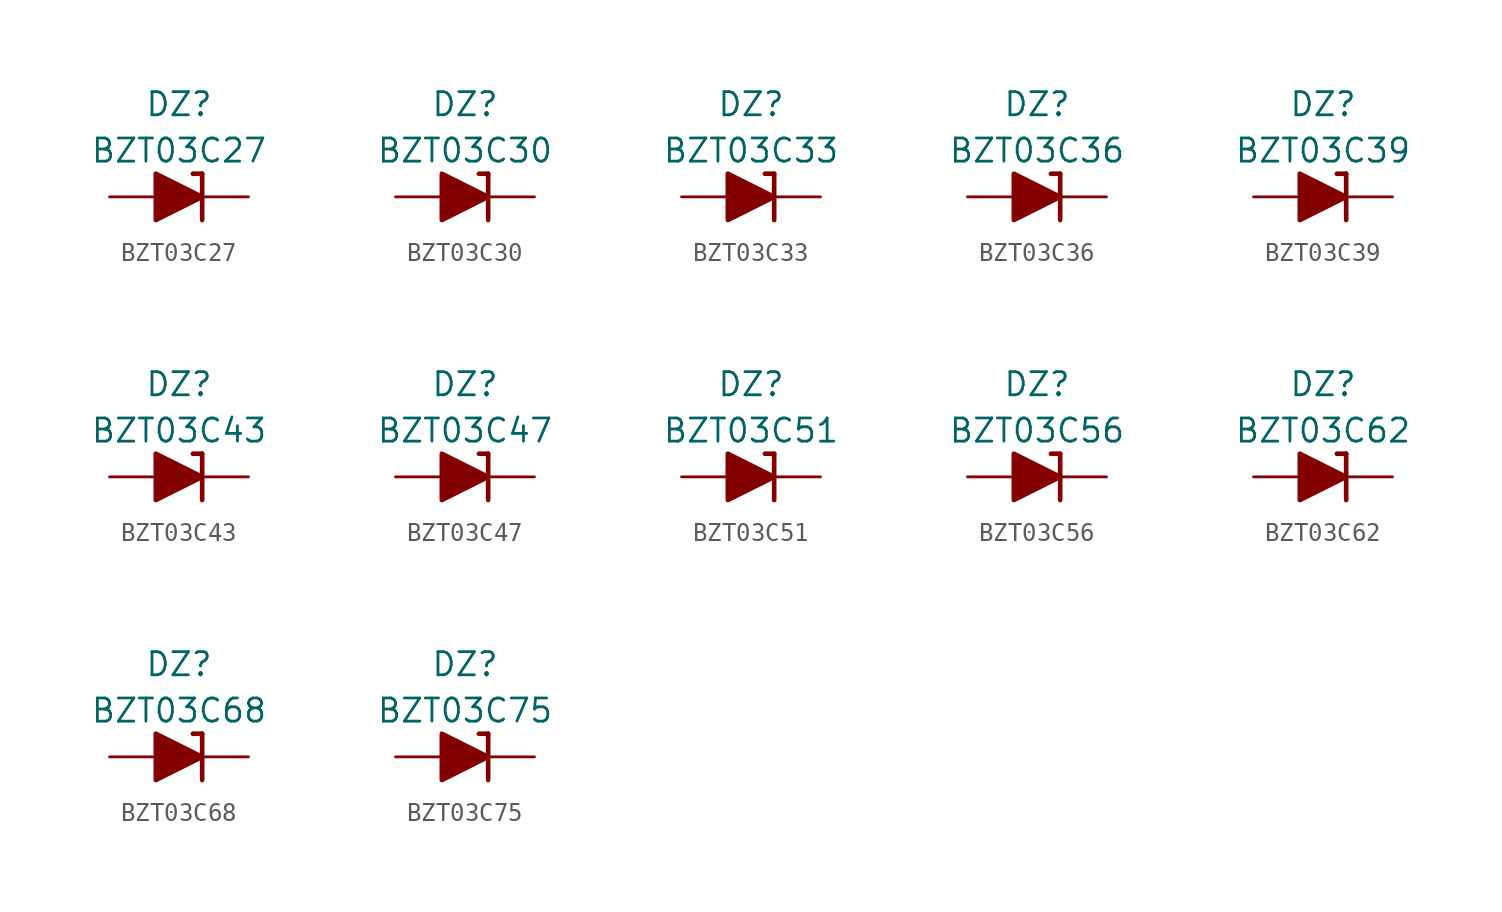
<source format=kicad_sym>
(kicad_symbol_lib
  (version 20211014)
  (generator kicad_symbol_editor)
  (symbol "BZT03C27"
    (pin_numbers hide)
    (pin_names
      (offset 1.016) hide)
    (property "Reference" "DZ"
      (at 0 5.08 0)
      (effects (font (size 1.27 1.27))))
    (property "Value" "BZT03C27"
      (at 0 2.54 0)
      (effects (font (size 1.27 1.27))))
    (symbol "BZT03C27_0_1"
      (polyline (pts (xy -1.27 0) (xy 1.27 0)) (stroke (width 0) (type default) (color 0 0 0 0)) (fill (type none)))
      (polyline (pts (xy 1.27 1.27) (xy 0.762 1.27)) (stroke (width 0.254) (type default) (color 0 0 0 0)) (fill (type none)))
      (polyline (pts (xy 1.27 1.27) (xy 1.27 -1.27)) (stroke (width 0.254) (type default) (color 0 0 0 0)) (fill (type none)))
      (polyline (pts (xy -1.27 -1.27) (xy -1.27 1.27) (xy 1.27 0) (xy -1.27 -1.27)) (stroke (width 0.254) (type default) (color 0 0 0 0)) (fill (type outline))))
    (symbol "BZT03C27_1_1"
      (pin passive line (at 3.81 0 180) (length 2.54) (name "K" (effects (font (size 1.27 1.27)))) (number "1" (effects (font (size 1.27 1.27)))))
      (pin passive line (at -3.81 0 0) (length 2.54) (name "A" (effects (font (size 1.27 1.27)))) (number "2" (effects (font (size 1.27 1.27)))))))
  (symbol "BZT03C30"
    (pin_numbers hide)
    (pin_names
      (offset 1.016) hide)
    (property "Reference" "DZ"
      (at 0 5.08 0)
      (effects (font (size 1.27 1.27))))
    (property "Value" "BZT03C30"
      (at 0 2.54 0)
      (effects (font (size 1.27 1.27))))
    (symbol "BZT03C30_0_1"
      (polyline (pts (xy -1.27 0) (xy 1.27 0)) (stroke (width 0) (type default) (color 0 0 0 0)) (fill (type none)))
      (polyline (pts (xy 1.27 1.27) (xy 0.762 1.27)) (stroke (width 0.254) (type default) (color 0 0 0 0)) (fill (type none)))
      (polyline (pts (xy 1.27 1.27) (xy 1.27 -1.27)) (stroke (width 0.254) (type default) (color 0 0 0 0)) (fill (type none)))
      (polyline (pts (xy -1.27 -1.27) (xy -1.27 1.27) (xy 1.27 0) (xy -1.27 -1.27)) (stroke (width 0.254) (type default) (color 0 0 0 0)) (fill (type outline))))
    (symbol "BZT03C30_1_1"
      (pin passive line (at 3.81 0 180) (length 2.54) (name "K" (effects (font (size 1.27 1.27)))) (number "1" (effects (font (size 1.27 1.27)))))
      (pin passive line (at -3.81 0 0) (length 2.54) (name "A" (effects (font (size 1.27 1.27)))) (number "2" (effects (font (size 1.27 1.27)))))))
  (symbol "BZT03C33"
    (pin_numbers hide)
    (pin_names
      (offset 1.016) hide)
    (property "Reference" "DZ"
      (at 0 5.08 0)
      (effects (font (size 1.27 1.27))))
    (property "Value" "BZT03C33"
      (at 0 2.54 0)
      (effects (font (size 1.27 1.27))))
    (symbol "BZT03C33_0_1"
      (polyline (pts (xy -1.27 0) (xy 1.27 0)) (stroke (width 0) (type default) (color 0 0 0 0)) (fill (type none)))
      (polyline (pts (xy 1.27 1.27) (xy 0.762 1.27)) (stroke (width 0.254) (type default) (color 0 0 0 0)) (fill (type none)))
      (polyline (pts (xy 1.27 1.27) (xy 1.27 -1.27)) (stroke (width 0.254) (type default) (color 0 0 0 0)) (fill (type none)))
      (polyline (pts (xy -1.27 -1.27) (xy -1.27 1.27) (xy 1.27 0) (xy -1.27 -1.27)) (stroke (width 0.254) (type default) (color 0 0 0 0)) (fill (type outline))))
    (symbol "BZT03C33_1_1"
      (pin passive line (at 3.81 0 180) (length 2.54) (name "K" (effects (font (size 1.27 1.27)))) (number "1" (effects (font (size 1.27 1.27)))))
      (pin passive line (at -3.81 0 0) (length 2.54) (name "A" (effects (font (size 1.27 1.27)))) (number "2" (effects (font (size 1.27 1.27)))))))
  (symbol "BZT03C36"
    (pin_numbers hide)
    (pin_names
      (offset 1.016) hide)
    (property "Reference" "DZ"
      (at 0 5.08 0)
      (effects (font (size 1.27 1.27))))
    (property "Value" "BZT03C36"
      (at 0 2.54 0)
      (effects (font (size 1.27 1.27))))
    (symbol "BZT03C36_0_1"
      (polyline (pts (xy -1.27 0) (xy 1.27 0)) (stroke (width 0) (type default) (color 0 0 0 0)) (fill (type none)))
      (polyline (pts (xy 1.27 1.27) (xy 0.762 1.27)) (stroke (width 0.254) (type default) (color 0 0 0 0)) (fill (type none)))
      (polyline (pts (xy 1.27 1.27) (xy 1.27 -1.27)) (stroke (width 0.254) (type default) (color 0 0 0 0)) (fill (type none)))
      (polyline (pts (xy -1.27 -1.27) (xy -1.27 1.27) (xy 1.27 0) (xy -1.27 -1.27)) (stroke (width 0.254) (type default) (color 0 0 0 0)) (fill (type outline))))
    (symbol "BZT03C36_1_1"
      (pin passive line (at 3.81 0 180) (length 2.54) (name "K" (effects (font (size 1.27 1.27)))) (number "1" (effects (font (size 1.27 1.27)))))
      (pin passive line (at -3.81 0 0) (length 2.54) (name "A" (effects (font (size 1.27 1.27)))) (number "2" (effects (font (size 1.27 1.27)))))))
  (symbol "BZT03C39"
    (pin_numbers hide)
    (pin_names
      (offset 1.016) hide)
    (property "Reference" "DZ"
      (at 0 5.08 0)
      (effects (font (size 1.27 1.27))))
    (property "Value" "BZT03C39"
      (at 0 2.54 0)
      (effects (font (size 1.27 1.27))))
    (symbol "BZT03C39_0_1"
      (polyline (pts (xy -1.27 0) (xy 1.27 0)) (stroke (width 0) (type default) (color 0 0 0 0)) (fill (type none)))
      (polyline (pts (xy 1.27 1.27) (xy 0.762 1.27)) (stroke (width 0.254) (type default) (color 0 0 0 0)) (fill (type none)))
      (polyline (pts (xy 1.27 1.27) (xy 1.27 -1.27)) (stroke (width 0.254) (type default) (color 0 0 0 0)) (fill (type none)))
      (polyline (pts (xy -1.27 -1.27) (xy -1.27 1.27) (xy 1.27 0) (xy -1.27 -1.27)) (stroke (width 0.254) (type default) (color 0 0 0 0)) (fill (type outline))))
    (symbol "BZT03C39_1_1"
      (pin passive line (at 3.81 0 180) (length 2.54) (name "K" (effects (font (size 1.27 1.27)))) (number "1" (effects (font (size 1.27 1.27)))))
      (pin passive line (at -3.81 0 0) (length 2.54) (name "A" (effects (font (size 1.27 1.27)))) (number "2" (effects (font (size 1.27 1.27)))))))
  (symbol "BZT03C43"
    (pin_numbers hide)
    (pin_names
      (offset 1.016) hide)
    (property "Reference" "DZ"
      (at 0 5.08 0)
      (effects (font (size 1.27 1.27))))
    (property "Value" "BZT03C43"
      (at 0 2.54 0)
      (effects (font (size 1.27 1.27))))
    (symbol "BZT03C43_0_1"
      (polyline (pts (xy -1.27 0) (xy 1.27 0)) (stroke (width 0) (type default) (color 0 0 0 0)) (fill (type none)))
      (polyline (pts (xy 1.27 1.27) (xy 0.762 1.27)) (stroke (width 0.254) (type default) (color 0 0 0 0)) (fill (type none)))
      (polyline (pts (xy 1.27 1.27) (xy 1.27 -1.27)) (stroke (width 0.254) (type default) (color 0 0 0 0)) (fill (type none)))
      (polyline (pts (xy -1.27 -1.27) (xy -1.27 1.27) (xy 1.27 0) (xy -1.27 -1.27)) (stroke (width 0.254) (type default) (color 0 0 0 0)) (fill (type outline))))
    (symbol "BZT03C43_1_1"
      (pin passive line (at 3.81 0 180) (length 2.54) (name "K" (effects (font (size 1.27 1.27)))) (number "1" (effects (font (size 1.27 1.27)))))
      (pin passive line (at -3.81 0 0) (length 2.54) (name "A" (effects (font (size 1.27 1.27)))) (number "2" (effects (font (size 1.27 1.27)))))))
  (symbol "BZT03C47"
    (pin_numbers hide)
    (pin_names
      (offset 1.016) hide)
    (property "Reference" "DZ"
      (at 0 5.08 0)
      (effects (font (size 1.27 1.27))))
    (property "Value" "BZT03C47"
      (at 0 2.54 0)
      (effects (font (size 1.27 1.27))))
    (symbol "BZT03C47_0_1"
      (polyline (pts (xy -1.27 0) (xy 1.27 0)) (stroke (width 0) (type default) (color 0 0 0 0)) (fill (type none)))
      (polyline (pts (xy 1.27 1.27) (xy 0.762 1.27)) (stroke (width 0.254) (type default) (color 0 0 0 0)) (fill (type none)))
      (polyline (pts (xy 1.27 1.27) (xy 1.27 -1.27)) (stroke (width 0.254) (type default) (color 0 0 0 0)) (fill (type none)))
      (polyline (pts (xy -1.27 -1.27) (xy -1.27 1.27) (xy 1.27 0) (xy -1.27 -1.27)) (stroke (width 0.254) (type default) (color 0 0 0 0)) (fill (type outline))))
    (symbol "BZT03C47_1_1"
      (pin passive line (at 3.81 0 180) (length 2.54) (name "K" (effects (font (size 1.27 1.27)))) (number "1" (effects (font (size 1.27 1.27)))))
      (pin passive line (at -3.81 0 0) (length 2.54) (name "A" (effects (font (size 1.27 1.27)))) (number "2" (effects (font (size 1.27 1.27)))))))
  (symbol "BZT03C51"
    (pin_numbers hide)
    (pin_names
      (offset 1.016) hide)
    (property "Reference" "DZ"
      (at 0 5.08 0)
      (effects (font (size 1.27 1.27))))
    (property "Value" "BZT03C51"
      (at 0 2.54 0)
      (effects (font (size 1.27 1.27))))
    (symbol "BZT03C51_0_1"
      (polyline (pts (xy -1.27 0) (xy 1.27 0)) (stroke (width 0) (type default) (color 0 0 0 0)) (fill (type none)))
      (polyline (pts (xy 1.27 1.27) (xy 0.762 1.27)) (stroke (width 0.254) (type default) (color 0 0 0 0)) (fill (type none)))
      (polyline (pts (xy 1.27 1.27) (xy 1.27 -1.27)) (stroke (width 0.254) (type default) (color 0 0 0 0)) (fill (type none)))
      (polyline (pts (xy -1.27 -1.27) (xy -1.27 1.27) (xy 1.27 0) (xy -1.27 -1.27)) (stroke (width 0.254) (type default) (color 0 0 0 0)) (fill (type outline))))
    (symbol "BZT03C51_1_1"
      (pin passive line (at 3.81 0 180) (length 2.54) (name "K" (effects (font (size 1.27 1.27)))) (number "1" (effects (font (size 1.27 1.27)))))
      (pin passive line (at -3.81 0 0) (length 2.54) (name "A" (effects (font (size 1.27 1.27)))) (number "2" (effects (font (size 1.27 1.27)))))))
  (symbol "BZT03C56"
    (pin_numbers hide)
    (pin_names
      (offset 1.016) hide)
    (property "Reference" "DZ"
      (at 0 5.08 0)
      (effects (font (size 1.27 1.27))))
    (property "Value" "BZT03C56"
      (at 0 2.54 0)
      (effects (font (size 1.27 1.27))))
    (symbol "BZT03C56_0_1"
      (polyline (pts (xy -1.27 0) (xy 1.27 0)) (stroke (width 0) (type default) (color 0 0 0 0)) (fill (type none)))
      (polyline (pts (xy 1.27 1.27) (xy 0.762 1.27)) (stroke (width 0.254) (type default) (color 0 0 0 0)) (fill (type none)))
      (polyline (pts (xy 1.27 1.27) (xy 1.27 -1.27)) (stroke (width 0.254) (type default) (color 0 0 0 0)) (fill (type none)))
      (polyline (pts (xy -1.27 -1.27) (xy -1.27 1.27) (xy 1.27 0) (xy -1.27 -1.27)) (stroke (width 0.254) (type default) (color 0 0 0 0)) (fill (type outline))))
    (symbol "BZT03C56_1_1"
      (pin passive line (at 3.81 0 180) (length 2.54) (name "K" (effects (font (size 1.27 1.27)))) (number "1" (effects (font (size 1.27 1.27)))))
      (pin passive line (at -3.81 0 0) (length 2.54) (name "A" (effects (font (size 1.27 1.27)))) (number "2" (effects (font (size 1.27 1.27)))))))
  (symbol "BZT03C62"
    (pin_numbers hide)
    (pin_names
      (offset 1.016) hide)
    (property "Reference" "DZ"
      (at 0 5.08 0)
      (effects (font (size 1.27 1.27))))
    (property "Value" "BZT03C62"
      (at 0 2.54 0)
      (effects (font (size 1.27 1.27))))
    (symbol "BZT03C62_0_1"
      (polyline (pts (xy -1.27 0) (xy 1.27 0)) (stroke (width 0) (type default) (color 0 0 0 0)) (fill (type none)))
      (polyline (pts (xy 1.27 1.27) (xy 0.762 1.27)) (stroke (width 0.254) (type default) (color 0 0 0 0)) (fill (type none)))
      (polyline (pts (xy 1.27 1.27) (xy 1.27 -1.27)) (stroke (width 0.254) (type default) (color 0 0 0 0)) (fill (type none)))
      (polyline (pts (xy -1.27 -1.27) (xy -1.27 1.27) (xy 1.27 0) (xy -1.27 -1.27)) (stroke (width 0.254) (type default) (color 0 0 0 0)) (fill (type outline))))
    (symbol "BZT03C62_1_1"
      (pin passive line (at 3.81 0 180) (length 2.54) (name "K" (effects (font (size 1.27 1.27)))) (number "1" (effects (font (size 1.27 1.27)))))
      (pin passive line (at -3.81 0 0) (length 2.54) (name "A" (effects (font (size 1.27 1.27)))) (number "2" (effects (font (size 1.27 1.27)))))))
  (symbol "BZT03C68"
    (pin_numbers hide)
    (pin_names
      (offset 1.016) hide)
    (property "Reference" "DZ"
      (at 0 5.08 0)
      (effects (font (size 1.27 1.27))))
    (property "Value" "BZT03C68"
      (at 0 2.54 0)
      (effects (font (size 1.27 1.27))))
    (symbol "BZT03C68_0_1"
      (polyline (pts (xy -1.27 0) (xy 1.27 0)) (stroke (width 0) (type default) (color 0 0 0 0)) (fill (type none)))
      (polyline (pts (xy 1.27 1.27) (xy 0.762 1.27)) (stroke (width 0.254) (type default) (color 0 0 0 0)) (fill (type none)))
      (polyline (pts (xy 1.27 1.27) (xy 1.27 -1.27)) (stroke (width 0.254) (type default) (color 0 0 0 0)) (fill (type none)))
      (polyline (pts (xy -1.27 -1.27) (xy -1.27 1.27) (xy 1.27 0) (xy -1.27 -1.27)) (stroke (width 0.254) (type default) (color 0 0 0 0)) (fill (type outline))))
    (symbol "BZT03C68_1_1"
      (pin passive line (at 3.81 0 180) (length 2.54) (name "K" (effects (font (size 1.27 1.27)))) (number "1" (effects (font (size 1.27 1.27)))))
      (pin passive line (at -3.81 0 0) (length 2.54) (name "A" (effects (font (size 1.27 1.27)))) (number "2" (effects (font (size 1.27 1.27)))))))
  (symbol "BZT03C75"
    (pin_numbers hide)
    (pin_names
      (offset 1.016) hide)
    (property "Reference" "DZ"
      (at 0 5.08 0)
      (effects (font (size 1.27 1.27))))
    (property "Value" "BZT03C75"
      (at 0 2.54 0)
      (effects (font (size 1.27 1.27))))
    (symbol "BZT03C75_0_1"
      (polyline (pts (xy -1.27 0) (xy 1.27 0)) (stroke (width 0) (type default) (color 0 0 0 0)) (fill (type none)))
      (polyline (pts (xy 1.27 1.27) (xy 0.762 1.27)) (stroke (width 0.254) (type default) (color 0 0 0 0)) (fill (type none)))
      (polyline (pts (xy 1.27 1.27) (xy 1.27 -1.27)) (stroke (width 0.254) (type default) (color 0 0 0 0)) (fill (type none)))
      (polyline (pts (xy -1.27 -1.27) (xy -1.27 1.27) (xy 1.27 0) (xy -1.27 -1.27)) (stroke (width 0.254) (type default) (color 0 0 0 0)) (fill (type outline))))
    (symbol "BZT03C75_1_1"
      (pin passive line (at 3.81 0 180) (length 2.54) (name "K" (effects (font (size 1.27 1.27)))) (number "1" (effects (font (size 1.27 1.27)))))
      (pin passive line (at -3.81 0 0) (length 2.54) (name "A" (effects (font (size 1.27 1.27)))) (number "2" (effects (font (size 1.27 1.27))))))))
</source>
